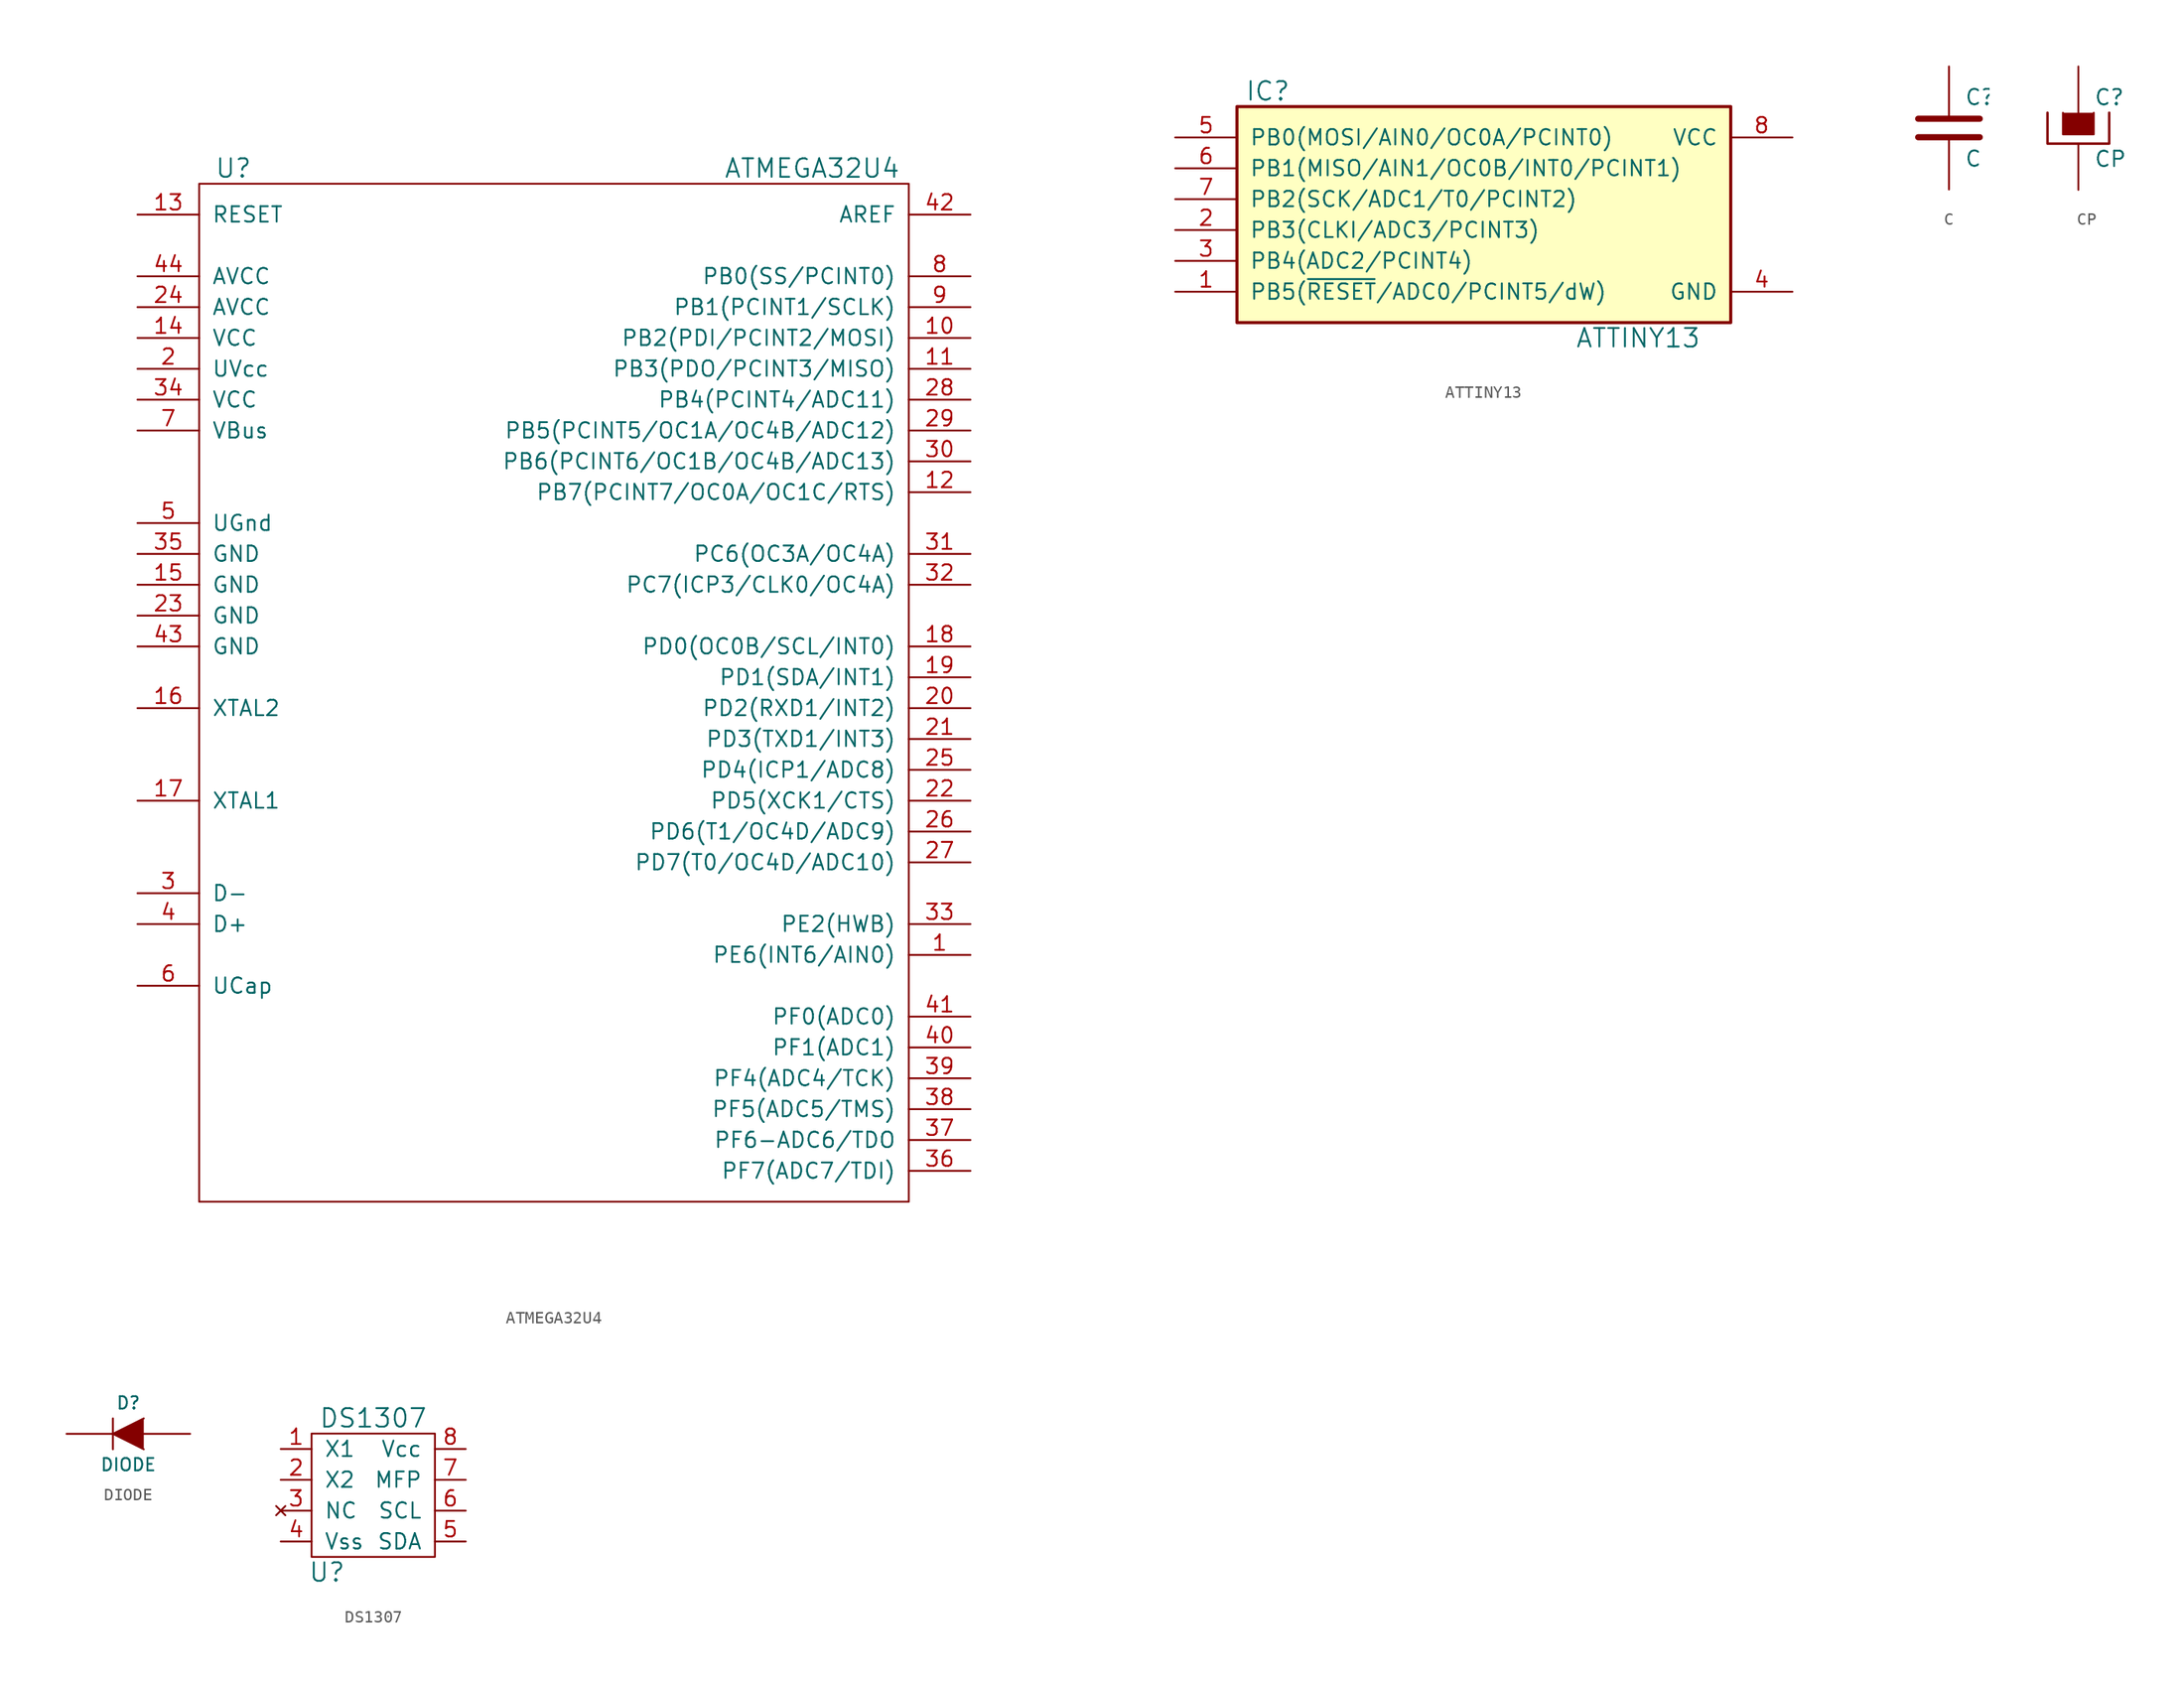
<source format=kicad_sym>
(kicad_symbol_lib
  (version 20211014)
  (generator kicad_symbol_editor)
  (symbol "ATMEGA32U4"
    (pin_names
      (offset 1.016))
    (property "Reference" "U"
      (at 1.27 1.27 0)
      (effects (font (size 1.524 1.524)) (justify left)))
    (property "Value" "ATMEGA32U4"
      (at 43.18 1.27 0)
      (effects (font (size 1.524 1.524)) (justify left)))
    (property "Footprint" ""
      (at 0 0 0)
      (effects (font (size 1.524 1.524))))
    (property "Datasheet" ""
      (at 0 0 0)
      (effects (font (size 1.524 1.524))))
    (symbol "ATMEGA32U4_0_1"
      (rectangle (start 0 0) (end 58.42 -83.82) (stroke (width 0) (type default) (color 0 0 0 0)) (fill (type none))))
    (symbol "ATMEGA32U4_1_1"
      (pin power_in line (at 63.5 -63.5 180) (length 5.08) (name "PE6(INT6/AIN0)" (effects (font (size 1.27 1.27)))) (number "1" (effects (font (size 1.27 1.27)))))
      (pin power_in line (at 63.5 -12.7 180) (length 5.08) (name "PB2(PDI/PCINT2/MOSI)" (effects (font (size 1.27 1.27)))) (number "10" (effects (font (size 1.27 1.27)))))
      (pin power_in line (at 63.5 -15.24 180) (length 5.08) (name "PB3(PDO/PCINT3/MISO)" (effects (font (size 1.27 1.27)))) (number "11" (effects (font (size 1.27 1.27)))))
      (pin power_in line (at 63.5 -25.4 180) (length 5.08) (name "PB7(PCINT7/OC0A/OC1C/RTS)" (effects (font (size 1.27 1.27)))) (number "12" (effects (font (size 1.27 1.27)))))
      (pin power_in line (at -5.08 -2.54 0) (length 5.08) (name "RESET" (effects (font (size 1.27 1.27)))) (number "13" (effects (font (size 1.27 1.27)))))
      (pin power_in line (at -5.08 -12.7 0) (length 5.08) (name "VCC" (effects (font (size 1.27 1.27)))) (number "14" (effects (font (size 1.27 1.27)))))
      (pin power_in line (at -5.08 -33.02 0) (length 5.08) (name "GND" (effects (font (size 1.27 1.27)))) (number "15" (effects (font (size 1.27 1.27)))))
      (pin power_in line (at -5.08 -43.18 0) (length 5.08) (name "XTAL2" (effects (font (size 1.27 1.27)))) (number "16" (effects (font (size 1.27 1.27)))))
      (pin power_in line (at -5.08 -50.8 0) (length 5.08) (name "XTAL1" (effects (font (size 1.27 1.27)))) (number "17" (effects (font (size 1.27 1.27)))))
      (pin power_in line (at 63.5 -38.1 180) (length 5.08) (name "PD0(OC0B/SCL/INT0)" (effects (font (size 1.27 1.27)))) (number "18" (effects (font (size 1.27 1.27)))))
      (pin power_in line (at 63.5 -40.64 180) (length 5.08) (name "PD1(SDA/INT1)" (effects (font (size 1.27 1.27)))) (number "19" (effects (font (size 1.27 1.27)))))
      (pin power_in line (at -5.08 -15.24 0) (length 5.08) (name "UVcc" (effects (font (size 1.27 1.27)))) (number "2" (effects (font (size 1.27 1.27)))))
      (pin power_in line (at 63.5 -43.18 180) (length 5.08) (name "PD2(RXD1/INT2)" (effects (font (size 1.27 1.27)))) (number "20" (effects (font (size 1.27 1.27)))))
      (pin power_in line (at 63.5 -45.72 180) (length 5.08) (name "PD3(TXD1/INT3)" (effects (font (size 1.27 1.27)))) (number "21" (effects (font (size 1.27 1.27)))))
      (pin power_in line (at 63.5 -50.8 180) (length 5.08) (name "PD5(XCK1/CTS)" (effects (font (size 1.27 1.27)))) (number "22" (effects (font (size 1.27 1.27)))))
      (pin power_in line (at -5.08 -35.56 0) (length 5.08) (name "GND" (effects (font (size 1.27 1.27)))) (number "23" (effects (font (size 1.27 1.27)))))
      (pin power_in line (at -5.08 -10.16 0) (length 5.08) (name "AVCC" (effects (font (size 1.27 1.27)))) (number "24" (effects (font (size 1.27 1.27)))))
      (pin power_in line (at 63.5 -48.26 180) (length 5.08) (name "PD4(ICP1/ADC8)" (effects (font (size 1.27 1.27)))) (number "25" (effects (font (size 1.27 1.27)))))
      (pin power_in line (at 63.5 -53.34 180) (length 5.08) (name "PD6(T1/OC4D/ADC9)" (effects (font (size 1.27 1.27)))) (number "26" (effects (font (size 1.27 1.27)))))
      (pin power_in line (at 63.5 -55.88 180) (length 5.08) (name "PD7(T0/OC4D/ADC10)" (effects (font (size 1.27 1.27)))) (number "27" (effects (font (size 1.27 1.27)))))
      (pin power_in line (at 63.5 -17.78 180) (length 5.08) (name "PB4(PCINT4/ADC11)" (effects (font (size 1.27 1.27)))) (number "28" (effects (font (size 1.27 1.27)))))
      (pin power_in line (at 63.5 -20.32 180) (length 5.08) (name "PB5(PCINT5/OC1A/OC4B/ADC12)" (effects (font (size 1.27 1.27)))) (number "29" (effects (font (size 1.27 1.27)))))
      (pin power_in line (at -5.08 -58.42 0) (length 5.08) (name "D-" (effects (font (size 1.27 1.27)))) (number "3" (effects (font (size 1.27 1.27)))))
      (pin power_in line (at 63.5 -22.86 180) (length 5.08) (name "PB6(PCINT6/OC1B/OC4B/ADC13)" (effects (font (size 1.27 1.27)))) (number "30" (effects (font (size 1.27 1.27)))))
      (pin power_in line (at 63.5 -30.48 180) (length 5.08) (name "PC6(OC3A/OC4A)" (effects (font (size 1.27 1.27)))) (number "31" (effects (font (size 1.27 1.27)))))
      (pin power_in line (at 63.5 -33.02 180) (length 5.08) (name "PC7(ICP3/CLK0/OC4A)" (effects (font (size 1.27 1.27)))) (number "32" (effects (font (size 1.27 1.27)))))
      (pin power_in line (at 63.5 -60.96 180) (length 5.08) (name "PE2(HWB)" (effects (font (size 1.27 1.27)))) (number "33" (effects (font (size 1.27 1.27)))))
      (pin power_in line (at -5.08 -17.78 0) (length 5.08) (name "VCC" (effects (font (size 1.27 1.27)))) (number "34" (effects (font (size 1.27 1.27)))))
      (pin power_in line (at -5.08 -30.48 0) (length 5.08) (name "GND" (effects (font (size 1.27 1.27)))) (number "35" (effects (font (size 1.27 1.27)))))
      (pin power_in line (at 63.5 -81.28 180) (length 5.08) (name "PF7(ADC7/TDI)" (effects (font (size 1.27 1.27)))) (number "36" (effects (font (size 1.27 1.27)))))
      (pin power_in line (at 63.5 -78.74 180) (length 5.08) (name "PF6-ADC6/TDO" (effects (font (size 1.27 1.27)))) (number "37" (effects (font (size 1.27 1.27)))))
      (pin power_in line (at 63.5 -76.2 180) (length 5.08) (name "PF5(ADC5/TMS)" (effects (font (size 1.27 1.27)))) (number "38" (effects (font (size 1.27 1.27)))))
      (pin power_in line (at 63.5 -73.66 180) (length 5.08) (name "PF4(ADC4/TCK)" (effects (font (size 1.27 1.27)))) (number "39" (effects (font (size 1.27 1.27)))))
      (pin power_in line (at -5.08 -60.96 0) (length 5.08) (name "D+" (effects (font (size 1.27 1.27)))) (number "4" (effects (font (size 1.27 1.27)))))
      (pin power_in line (at 63.5 -71.12 180) (length 5.08) (name "PF1(ADC1)" (effects (font (size 1.27 1.27)))) (number "40" (effects (font (size 1.27 1.27)))))
      (pin power_in line (at 63.5 -68.58 180) (length 5.08) (name "PF0(ADC0)" (effects (font (size 1.27 1.27)))) (number "41" (effects (font (size 1.27 1.27)))))
      (pin power_in line (at 63.5 -2.54 180) (length 5.08) (name "AREF" (effects (font (size 1.27 1.27)))) (number "42" (effects (font (size 1.27 1.27)))))
      (pin power_in line (at -5.08 -38.1 0) (length 5.08) (name "GND" (effects (font (size 1.27 1.27)))) (number "43" (effects (font (size 1.27 1.27)))))
      (pin power_in line (at -5.08 -7.62 0) (length 5.08) (name "AVCC" (effects (font (size 1.27 1.27)))) (number "44" (effects (font (size 1.27 1.27)))))
      (pin power_in line (at -5.08 -27.94 0) (length 5.08) (name "UGnd" (effects (font (size 1.27 1.27)))) (number "5" (effects (font (size 1.27 1.27)))))
      (pin power_in line (at -5.08 -66.04 0) (length 5.08) (name "UCap" (effects (font (size 1.27 1.27)))) (number "6" (effects (font (size 1.27 1.27)))))
      (pin power_in line (at -5.08 -20.32 0) (length 5.08) (name "VBus" (effects (font (size 1.27 1.27)))) (number "7" (effects (font (size 1.27 1.27)))))
      (pin power_in line (at 63.5 -7.62 180) (length 5.08) (name "PB0(SS/PCINT0)" (effects (font (size 1.27 1.27)))) (number "8" (effects (font (size 1.27 1.27)))))
      (pin power_in line (at 63.5 -10.16 180) (length 5.08) (name "PB1(PCINT1/SCLK)" (effects (font (size 1.27 1.27)))) (number "9" (effects (font (size 1.27 1.27)))))))
  (symbol "ATTINY13"
    (pin_names
      (offset 1.016))
    (property "Reference" "IC"
      (at 2.54 1.27 0)
      (effects (font (size 1.524 1.524))))
    (property "Value" "ATTINY13"
      (at 33.02 -19.05 0)
      (effects (font (size 1.524 1.524))))
    (property "Datasheet" ""
      (at 0 0 0)
      (effects (font (size 1.524 1.524))))
    (symbol "ATTINY13_0_1"
      (rectangle (start 0 0) (end 40.64 -17.78) (stroke (width 0.254) (type default) (color 0 0 0 0)) (fill (type background))))
    (symbol "ATTINY13_1_1"
      (pin bidirectional line (at -5.08 -15.24 0) (length 5.08) (name "PB5(~{RESET}/ADC0/PCINT5/dW)" (effects (font (size 1.27 1.27)))) (number "1" (effects (font (size 1.27 1.27)))))
      (pin bidirectional line (at -5.08 -10.16 0) (length 5.08) (name "PB3(CLKI/ADC3/PCINT3)" (effects (font (size 1.27 1.27)))) (number "2" (effects (font (size 1.27 1.27)))))
      (pin bidirectional line (at -5.08 -12.7 0) (length 5.08) (name "PB4(ADC2/PCINT4)" (effects (font (size 1.27 1.27)))) (number "3" (effects (font (size 1.27 1.27)))))
      (pin power_in line (at 45.72 -15.24 180) (length 5.08) (name "GND" (effects (font (size 1.27 1.27)))) (number "4" (effects (font (size 1.27 1.27)))))
      (pin bidirectional line (at -5.08 -2.54 0) (length 5.08) (name "PB0(MOSI/AIN0/OC0A/PCINT0)" (effects (font (size 1.27 1.27)))) (number "5" (effects (font (size 1.27 1.27)))))
      (pin bidirectional line (at -5.08 -5.08 0) (length 5.08) (name "PB1(MISO/AIN1/OC0B/INT0/PCINT1)" (effects (font (size 1.27 1.27)))) (number "6" (effects (font (size 1.27 1.27)))))
      (pin bidirectional line (at -5.08 -7.62 0) (length 5.08) (name "PB2(SCK/ADC1/T0/PCINT2)" (effects (font (size 1.27 1.27)))) (number "7" (effects (font (size 1.27 1.27)))))
      (pin power_in line (at 45.72 -2.54 180) (length 5.08) (name "VCC" (effects (font (size 1.27 1.27)))) (number "8" (effects (font (size 1.27 1.27)))))))
  (symbol "C"
    (pin_numbers hide)
    (pin_names
      (offset 0.254))
    (property "Reference" "C"
      (at 1.27 2.54 0)
      (effects (font (size 1.27 1.27)) (justify left)))
    (property "Value" "C"
      (at 1.27 -2.54 0)
      (effects (font (size 1.27 1.27)) (justify left)))
    (property "Footprint" ""
      (at 0 0 0)
      (effects (font (size 1.524 1.524))))
    (property "Datasheet" ""
      (at 0 0 0)
      (effects (font (size 1.524 1.524))))
    (symbol "C_0_1"
      (polyline (pts (xy -2.54 -0.762) (xy 2.54 -0.762)) (stroke (width 0.508) (type default) (color 0 0 0 0)) (fill (type none)))
      (polyline (pts (xy -2.54 0.762) (xy 2.54 0.762)) (stroke (width 0.508) (type default) (color 0 0 0 0)) (fill (type none))))
    (symbol "C_1_1"
      (pin passive line (at 0 5.08 270) (length 4.318) (name "~" (effects (font (size 1.016 1.016)))) (number "1" (effects (font (size 1.016 1.016)))))
      (pin passive line (at 0 -5.08 90) (length 4.318) (name "~" (effects (font (size 1.016 1.016)))) (number "2" (effects (font (size 1.016 1.016)))))))
  (symbol "CP"
    (pin_numbers hide)
    (pin_names
      (offset 0.254) hide)
    (property "Reference" "C"
      (at 1.27 2.54 0)
      (effects (font (size 1.27 1.27)) (justify left)))
    (property "Value" "CP"
      (at 1.27 -2.54 0)
      (effects (font (size 1.27 1.27)) (justify left)))
    (property "Footprint" ""
      (at 0 0 0)
      (effects (font (size 1.524 1.524))))
    (property "Datasheet" ""
      (at 0 0 0)
      (effects (font (size 1.524 1.524))))
    (symbol "CP_0_1"
      (polyline (pts (xy -2.54 1.27) (xy -2.54 -1.27) (xy 2.54 -1.27) (xy 2.54 1.27)) (stroke (width 0.203) (type default) (color 0 0 0 0)) (fill (type none)))
      (polyline (pts (xy -1.27 1.27) (xy -1.27 -0.508) (xy 1.27 -0.508) (xy 1.27 1.27)) (stroke (width 0) (type default) (color 0 0 0 0)) (fill (type outline))))
    (symbol "CP_1_1"
      (pin passive line (at 0 5.08 270) (length 3.81) (name "~" (effects (font (size 1.016 1.016)))) (number "1" (effects (font (size 1.016 1.016)))))
      (pin passive line (at 0 -5.08 90) (length 3.81) (name "~" (effects (font (size 1.016 1.016)))) (number "2" (effects (font (size 1.016 1.016)))))))
  (symbol "DIODE"
    (pin_numbers hide)
    (pin_names
      (offset 1.016) hide)
    (property "Reference" "D"
      (at 0 2.54 0)
      (effects (font (size 1.016 1.016))))
    (property "Value" "DIODE"
      (at 0 -2.54 0)
      (effects (font (size 1.016 1.016))))
    (property "Footprint" ""
      (at 0 0 0)
      (effects (font (size 1.524 1.524))))
    (property "Datasheet" ""
      (at 0 0 0)
      (effects (font (size 1.524 1.524))))
    (symbol "DIODE_0_1"
      (polyline (pts (xy -1.27 1.27) (xy -1.27 -1.27)) (stroke (width 0.152) (type default) (color 0 0 0 0)) (fill (type none)))
      (polyline (pts (xy 1.27 1.27) (xy -1.27 0) (xy 1.27 -1.27)) (stroke (width 0) (type default) (color 0 0 0 0)) (fill (type outline))))
    (symbol "DIODE_1_1"
      (pin passive line (at -5.08 0 0) (length 3.81) (name "K" (effects (font (size 1.016 1.016)))) (number "1" (effects (font (size 1.016 1.016)))))
      (pin passive line (at 5.08 0 180) (length 3.81) (name "A" (effects (font (size 1.016 1.016)))) (number "2" (effects (font (size 1.016 1.016)))))))
  (symbol "DS1307"
    (pin_names
      (offset 1.016))
    (property "Reference" "U"
      (at -3.81 -6.35 0)
      (effects (font (size 1.524 1.524))))
    (property "Value" "DS1307"
      (at 0 6.35 0)
      (effects (font (size 1.524 1.524))))
    (property "Footprint" ""
      (at -1.27 0 0)
      (effects (font (size 1.524 1.524))))
    (property "Datasheet" ""
      (at -1.27 0 0)
      (effects (font (size 1.524 1.524))))
    (symbol "DS1307_0_1"
      (rectangle (start -5.08 5.08) (end 5.08 -5.08) (stroke (width 0) (type default) (color 0 0 0 0)) (fill (type none))))
    (symbol "DS1307_1_1"
      (pin bidirectional line (at -7.62 3.81 0) (length 2.54) (name "X1" (effects (font (size 1.27 1.27)))) (number "1" (effects (font (size 1.27 1.27)))))
      (pin bidirectional line (at -7.62 1.27 0) (length 2.54) (name "X2" (effects (font (size 1.27 1.27)))) (number "2" (effects (font (size 1.27 1.27)))))
      (pin no_connect line (at -7.62 -1.27 0) (length 2.54) (name "NC" (effects (font (size 1.27 1.27)))) (number "3" (effects (font (size 1.27 1.27)))))
      (pin power_in line (at -7.62 -3.81 0) (length 2.54) (name "Vss" (effects (font (size 1.27 1.27)))) (number "4" (effects (font (size 1.27 1.27)))))
      (pin bidirectional line (at 7.62 -3.81 180) (length 2.54) (name "SDA" (effects (font (size 1.27 1.27)))) (number "5" (effects (font (size 1.27 1.27)))))
      (pin bidirectional line (at 7.62 -1.27 180) (length 2.54) (name "SCL" (effects (font (size 1.27 1.27)))) (number "6" (effects (font (size 1.27 1.27)))))
      (pin output line (at 7.62 1.27 180) (length 2.54) (name "MFP" (effects (font (size 1.27 1.27)))) (number "7" (effects (font (size 1.27 1.27)))))
      (pin power_in line (at 7.62 3.81 180) (length 2.54) (name "Vcc" (effects (font (size 1.27 1.27)))) (number "8" (effects (font (size 1.27 1.27))))))))
</source>
